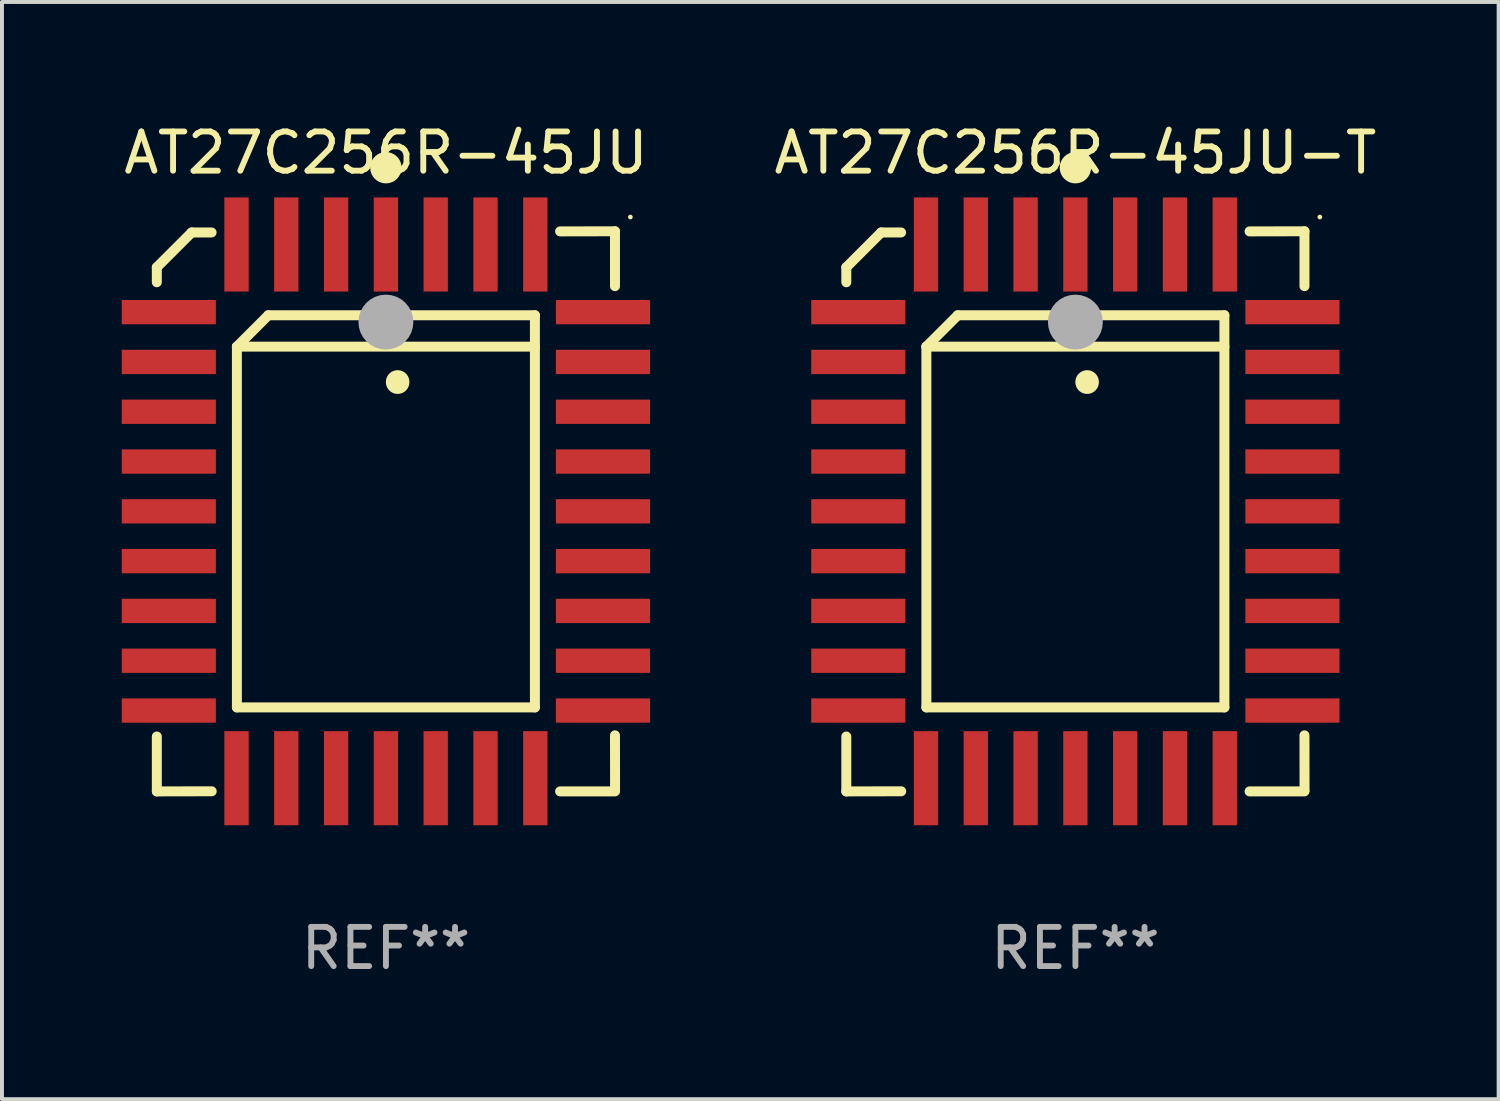
<source format=kicad_pcb>
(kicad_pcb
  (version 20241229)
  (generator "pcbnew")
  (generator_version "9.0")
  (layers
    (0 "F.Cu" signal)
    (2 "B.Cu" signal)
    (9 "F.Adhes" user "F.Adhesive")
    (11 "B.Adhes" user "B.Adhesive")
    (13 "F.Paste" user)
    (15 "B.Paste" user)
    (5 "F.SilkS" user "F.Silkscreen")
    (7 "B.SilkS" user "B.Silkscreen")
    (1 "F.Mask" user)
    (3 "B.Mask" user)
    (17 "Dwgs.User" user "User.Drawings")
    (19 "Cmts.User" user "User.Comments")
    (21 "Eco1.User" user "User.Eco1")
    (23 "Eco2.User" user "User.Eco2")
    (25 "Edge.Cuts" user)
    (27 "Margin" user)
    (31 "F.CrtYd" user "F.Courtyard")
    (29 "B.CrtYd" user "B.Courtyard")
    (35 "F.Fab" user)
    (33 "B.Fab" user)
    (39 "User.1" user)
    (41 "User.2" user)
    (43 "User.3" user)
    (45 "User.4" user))
  (footprint "AT27C256R-45JU-T"
    (layer "F.Cu")
    (at 24.375 9.99)
    (property "Reference" "AT27C256R-45JU-T" (at 0 -9.142 0) (layer "F.SilkS") (effects (font (size 1 1) (thickness 0.15))))
    (attr through_hole)
    (fp_line (start -5.843 5.742) (end -5.843 7.142) (stroke (width 0.254) (type solid)) (layer "F.SilkS"))
    (fp_line (start -5.843 7.142) (end -4.443 7.139) (stroke (width 0.254) (type solid)) (layer "F.SilkS"))
    (fp_line (start -5.843 -6.223) (end -4.954 -7.112) (stroke (width 0.254) (type solid)) (layer "F.SilkS"))
    (fp_line (start -5.843 -5.842) (end -5.843 -6.223) (stroke (width 0.254) (type solid)) (layer "F.SilkS"))
    (fp_line (start -4.954 -7.112) (end -4.446 -7.112) (stroke (width 0.254) (type solid)) (layer "F.SilkS"))
    (fp_line (start -3.801 -4.2) (end -3.001 -5) (stroke (width 0.254) (type solid)) (layer "F.SilkS"))
    (fp_line (start -3.801 -4.2) (end 3.799 -4.2) (stroke (width 0.254) (type solid)) (layer "F.SilkS"))
    (fp_line (start -3.801 5) (end -3.801 -4.2) (stroke (width 0.254) (type solid)) (layer "F.SilkS"))
    (fp_line (start -3.001 -5) (end 3.799 -5) (stroke (width 0.254) (type solid)) (layer "F.SilkS"))
    (fp_line (start 3.799 -5) (end 3.799 5) (stroke (width 0.254) (type solid)) (layer "F.SilkS"))
    (fp_line (start 3.799 5) (end -3.801 5) (stroke (width 0.254) (type solid)) (layer "F.SilkS"))
    (fp_line (start 4.441 7.142) (end 5.841 7.142) (stroke (width 0.254) (type solid)) (layer "F.SilkS"))
    (fp_line (start 5.841 -7.142) (end 4.441 -7.139) (stroke (width 0.254) (type solid)) (layer "F.SilkS"))
    (fp_line (start 5.841 -5.742) (end 5.841 -7.142) (stroke (width 0.254) (type solid)) (layer "F.SilkS"))
    (fp_line (start 5.843 7.112) (end 5.841 5.712) (stroke (width 0.254) (type solid)) (layer "F.SilkS"))
    (fp_arc (start 0.298285 -3.294387) (mid 0.298274 -3.296927) (end 0.298285 -3.299467) (stroke (width 0.6) (type solid)) (layer "F.SilkS"))
    (fp_circle (center -0.001 -8.763) (end 0.199 -8.763) (stroke (width 0.4) (type solid)) (fill no) (layer "F.SilkS"))
    (fp_circle (center 6.234 -7.505) (end 6.264 -7.505) (stroke (width 0.06) (type solid)) (fill no) (layer "F.SilkS"))
    (fp_circle (center -0.001 -4.826) (end 0.349 -4.826) (stroke (width 0.7) (type solid)) (fill no) (layer "F.Fab"))
    (fp_text user "REF**" (at 0 11.142 0) (layer "F.Fab") (effects (font (size 1 1) (thickness 0.15))))
    (pad "1" smd rect (at -0.001 -6.805 180) (size 0.62 2.4) (layers "F.Cu" "F.Mask" "F.Paste"))
    (pad "2" smd rect (at -1.271 -6.805 180) (size 0.62 2.4) (layers "F.Cu" "F.Mask" "F.Paste"))
    (pad "3" smd rect (at -2.541 -6.805 180) (size 0.62 2.4) (layers "F.Cu" "F.Mask" "F.Paste"))
    (pad "4" smd rect (at -3.811 -6.805 180) (size 0.62 2.4) (layers "F.Cu" "F.Mask" "F.Paste"))
    (pad "5" smd rect (at -5.537 -5.08 270) (size 0.62 2.4) (layers "F.Cu" "F.Mask" "F.Paste"))
    (pad "6" smd rect (at -5.537 -3.81 270) (size 0.62 2.4) (layers "F.Cu" "F.Mask" "F.Paste"))
    (pad "7" smd rect (at -5.537 -2.54 270) (size 0.62 2.4) (layers "F.Cu" "F.Mask" "F.Paste"))
    (pad "8" smd rect (at -5.537 -1.27 270) (size 0.62 2.4) (layers "F.Cu" "F.Mask" "F.Paste"))
    (pad "9" smd rect (at -5.537 0.000127 270) (size 0.62 2.4) (layers "F.Cu" "F.Mask" "F.Paste"))
    (pad "10" smd rect (at -5.537 1.27 270) (size 0.62 2.4) (layers "F.Cu" "F.Mask" "F.Paste"))
    (pad "11" smd rect (at -5.537 2.54 270) (size 0.62 2.4) (layers "F.Cu" "F.Mask" "F.Paste"))
    (pad "12" smd rect (at -5.537 3.81 270) (size 0.62 2.4) (layers "F.Cu" "F.Mask" "F.Paste"))
    (pad "13" smd rect (at -5.537 5.08 270) (size 0.62 2.4) (layers "F.Cu" "F.Mask" "F.Paste"))
    (pad "14" smd rect (at -3.811 6.805) (size 0.62 2.4) (layers "F.Cu" "F.Mask" "F.Paste"))
    (pad "15" smd rect (at -2.541 6.805) (size 0.62 2.4) (layers "F.Cu" "F.Mask" "F.Paste"))
    (pad "16" smd rect (at -1.271 6.805) (size 0.62 2.4) (layers "F.Cu" "F.Mask" "F.Paste"))
    (pad "17" smd rect (at -0.001 6.805) (size 0.62 2.4) (layers "F.Cu" "F.Mask" "F.Paste"))
    (pad "18" smd rect (at 1.269 6.805) (size 0.62 2.4) (layers "F.Cu" "F.Mask" "F.Paste"))
    (pad "19" smd rect (at 2.539 6.805) (size 0.62 2.4) (layers "F.Cu" "F.Mask" "F.Paste"))
    (pad "20" smd rect (at 3.809 6.805) (size 0.62 2.4) (layers "F.Cu" "F.Mask" "F.Paste"))
    (pad "21" smd rect (at 5.534 5.08 90) (size 0.62 2.4) (layers "F.Cu" "F.Mask" "F.Paste"))
    (pad "22" smd rect (at 5.534 3.81 90) (size 0.62 2.4) (layers "F.Cu" "F.Mask" "F.Paste"))
    (pad "23" smd rect (at 5.534 2.54 90) (size 0.62 2.4) (layers "F.Cu" "F.Mask" "F.Paste"))
    (pad "24" smd rect (at 5.534 1.27 90) (size 0.62 2.4) (layers "F.Cu" "F.Mask" "F.Paste"))
    (pad "25" smd rect (at 5.534 0.000127 90) (size 0.62 2.4) (layers "F.Cu" "F.Mask" "F.Paste"))
    (pad "26" smd rect (at 5.534 -1.27 90) (size 0.62 2.4) (layers "F.Cu" "F.Mask" "F.Paste"))
    (pad "27" smd rect (at 5.534 -2.54 90) (size 0.62 2.4) (layers "F.Cu" "F.Mask" "F.Paste"))
    (pad "28" smd rect (at 5.534 -3.81 90) (size 0.62 2.4) (layers "F.Cu" "F.Mask" "F.Paste"))
    (pad "29" smd rect (at 5.534 -5.08 90) (size 0.62 2.4) (layers "F.Cu" "F.Mask" "F.Paste"))
    (pad "30" smd rect (at 3.809 -6.805) (size 0.62 2.4) (layers "F.Cu" "F.Mask" "F.Paste"))
    (pad "31" smd rect (at 2.539 -6.805) (size 0.62 2.4) (layers "F.Cu" "F.Mask" "F.Paste"))
    (pad "32" smd rect (at 1.269 -6.805) (size 0.62 2.4) (layers "F.Cu" "F.Mask" "F.Paste")))
  (footprint "AT27C256R-45JU"
    (layer "F.Cu")
    (at 6.792 9.99)
    (property "Reference" "AT27C256R-45JU" (at 0 -9.142 0) (layer "F.SilkS") (effects (font (size 1 1) (thickness 0.15))))
    (attr through_hole)
    (fp_line (start -5.843 5.742) (end -5.843 7.142) (stroke (width 0.254) (type solid)) (layer "F.SilkS"))
    (fp_line (start -5.843 7.142) (end -4.443 7.139) (stroke (width 0.254) (type solid)) (layer "F.SilkS"))
    (fp_line (start -5.843 -6.223) (end -4.954 -7.112) (stroke (width 0.254) (type solid)) (layer "F.SilkS"))
    (fp_line (start -5.843 -5.842) (end -5.843 -6.223) (stroke (width 0.254) (type solid)) (layer "F.SilkS"))
    (fp_line (start -4.954 -7.112) (end -4.446 -7.112) (stroke (width 0.254) (type solid)) (layer "F.SilkS"))
    (fp_line (start -3.801 -4.2) (end -3.001 -5) (stroke (width 0.254) (type solid)) (layer "F.SilkS"))
    (fp_line (start -3.801 -4.2) (end 3.799 -4.2) (stroke (width 0.254) (type solid)) (layer "F.SilkS"))
    (fp_line (start -3.801 5) (end -3.801 -4.2) (stroke (width 0.254) (type solid)) (layer "F.SilkS"))
    (fp_line (start -3.001 -5) (end 3.799 -5) (stroke (width 0.254) (type solid)) (layer "F.SilkS"))
    (fp_line (start 3.799 -5) (end 3.799 5) (stroke (width 0.254) (type solid)) (layer "F.SilkS"))
    (fp_line (start 3.799 5) (end -3.801 5) (stroke (width 0.254) (type solid)) (layer "F.SilkS"))
    (fp_line (start 4.441 7.142) (end 5.841 7.142) (stroke (width 0.254) (type solid)) (layer "F.SilkS"))
    (fp_line (start 5.841 -7.142) (end 4.441 -7.139) (stroke (width 0.254) (type solid)) (layer "F.SilkS"))
    (fp_line (start 5.841 -5.742) (end 5.841 -7.142) (stroke (width 0.254) (type solid)) (layer "F.SilkS"))
    (fp_line (start 5.843 7.112) (end 5.841 5.712) (stroke (width 0.254) (type solid)) (layer "F.SilkS"))
    (fp_arc (start 0.298285 -3.294387) (mid 0.298274 -3.296927) (end 0.298285 -3.299467) (stroke (width 0.6) (type solid)) (layer "F.SilkS"))
    (fp_circle (center -0.001 -8.763) (end 0.199 -8.763) (stroke (width 0.4) (type solid)) (fill no) (layer "F.SilkS"))
    (fp_circle (center 6.234 -7.505) (end 6.264 -7.505) (stroke (width 0.06) (type solid)) (fill no) (layer "F.SilkS"))
    (fp_circle (center -0.001 -4.826) (end 0.349 -4.826) (stroke (width 0.7) (type solid)) (fill no) (layer "F.Fab"))
    (fp_text user "REF**" (at 0 11.142 0) (layer "F.Fab") (effects (font (size 1 1) (thickness 0.15))))
    (pad "1" smd rect (at -0.001 -6.805 180) (size 0.62 2.4) (layers "F.Cu" "F.Mask" "F.Paste"))
    (pad "2" smd rect (at -1.271 -6.805 180) (size 0.62 2.4) (layers "F.Cu" "F.Mask" "F.Paste"))
    (pad "3" smd rect (at -2.541 -6.805 180) (size 0.62 2.4) (layers "F.Cu" "F.Mask" "F.Paste"))
    (pad "4" smd rect (at -3.811 -6.805 180) (size 0.62 2.4) (layers "F.Cu" "F.Mask" "F.Paste"))
    (pad "5" smd rect (at -5.537 -5.08 270) (size 0.62 2.4) (layers "F.Cu" "F.Mask" "F.Paste"))
    (pad "6" smd rect (at -5.537 -3.81 270) (size 0.62 2.4) (layers "F.Cu" "F.Mask" "F.Paste"))
    (pad "7" smd rect (at -5.537 -2.54 270) (size 0.62 2.4) (layers "F.Cu" "F.Mask" "F.Paste"))
    (pad "8" smd rect (at -5.537 -1.27 270) (size 0.62 2.4) (layers "F.Cu" "F.Mask" "F.Paste"))
    (pad "9" smd rect (at -5.537 0.000127 270) (size 0.62 2.4) (layers "F.Cu" "F.Mask" "F.Paste"))
    (pad "10" smd rect (at -5.537 1.27 270) (size 0.62 2.4) (layers "F.Cu" "F.Mask" "F.Paste"))
    (pad "11" smd rect (at -5.537 2.54 270) (size 0.62 2.4) (layers "F.Cu" "F.Mask" "F.Paste"))
    (pad "12" smd rect (at -5.537 3.81 270) (size 0.62 2.4) (layers "F.Cu" "F.Mask" "F.Paste"))
    (pad "13" smd rect (at -5.537 5.08 270) (size 0.62 2.4) (layers "F.Cu" "F.Mask" "F.Paste"))
    (pad "14" smd rect (at -3.811 6.805) (size 0.62 2.4) (layers "F.Cu" "F.Mask" "F.Paste"))
    (pad "15" smd rect (at -2.541 6.805) (size 0.62 2.4) (layers "F.Cu" "F.Mask" "F.Paste"))
    (pad "16" smd rect (at -1.271 6.805) (size 0.62 2.4) (layers "F.Cu" "F.Mask" "F.Paste"))
    (pad "17" smd rect (at -0.001 6.805) (size 0.62 2.4) (layers "F.Cu" "F.Mask" "F.Paste"))
    (pad "18" smd rect (at 1.269 6.805) (size 0.62 2.4) (layers "F.Cu" "F.Mask" "F.Paste"))
    (pad "19" smd rect (at 2.539 6.805) (size 0.62 2.4) (layers "F.Cu" "F.Mask" "F.Paste"))
    (pad "20" smd rect (at 3.809 6.805) (size 0.62 2.4) (layers "F.Cu" "F.Mask" "F.Paste"))
    (pad "21" smd rect (at 5.534 5.08 90) (size 0.62 2.4) (layers "F.Cu" "F.Mask" "F.Paste"))
    (pad "22" smd rect (at 5.534 3.81 90) (size 0.62 2.4) (layers "F.Cu" "F.Mask" "F.Paste"))
    (pad "23" smd rect (at 5.534 2.54 90) (size 0.62 2.4) (layers "F.Cu" "F.Mask" "F.Paste"))
    (pad "24" smd rect (at 5.534 1.27 90) (size 0.62 2.4) (layers "F.Cu" "F.Mask" "F.Paste"))
    (pad "25" smd rect (at 5.534 0.000127 90) (size 0.62 2.4) (layers "F.Cu" "F.Mask" "F.Paste"))
    (pad "26" smd rect (at 5.534 -1.27 90) (size 0.62 2.4) (layers "F.Cu" "F.Mask" "F.Paste"))
    (pad "27" smd rect (at 5.534 -2.54 90) (size 0.62 2.4) (layers "F.Cu" "F.Mask" "F.Paste"))
    (pad "28" smd rect (at 5.534 -3.81 90) (size 0.62 2.4) (layers "F.Cu" "F.Mask" "F.Paste"))
    (pad "29" smd rect (at 5.534 -5.08 90) (size 0.62 2.4) (layers "F.Cu" "F.Mask" "F.Paste"))
    (pad "30" smd rect (at 3.809 -6.805) (size 0.62 2.4) (layers "F.Cu" "F.Mask" "F.Paste"))
    (pad "31" smd rect (at 2.539 -6.805) (size 0.62 2.4) (layers "F.Cu" "F.Mask" "F.Paste"))
    (pad "32" smd rect (at 1.269 -6.805) (size 0.62 2.4) (layers "F.Cu" "F.Mask" "F.Paste")))
  (gr_rect
    (start -3 -3)
    (end 35.167 24.981)
    (stroke (width 0.1) (type default))
    (fill no)
    (layer "Edge.Cuts")))
</source>
